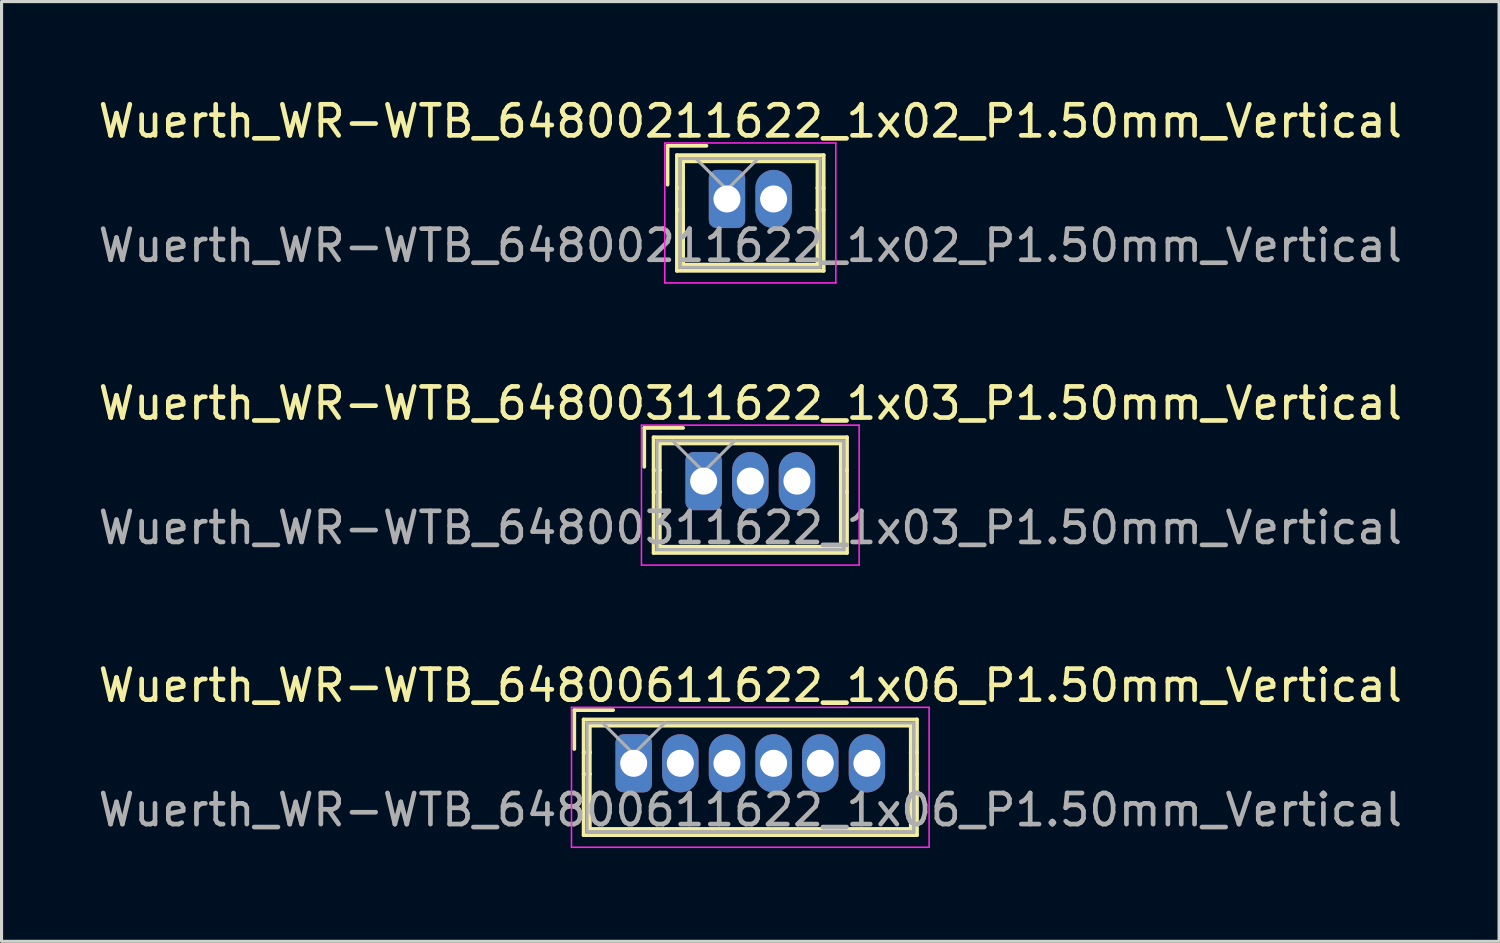
<source format=kicad_pcb>
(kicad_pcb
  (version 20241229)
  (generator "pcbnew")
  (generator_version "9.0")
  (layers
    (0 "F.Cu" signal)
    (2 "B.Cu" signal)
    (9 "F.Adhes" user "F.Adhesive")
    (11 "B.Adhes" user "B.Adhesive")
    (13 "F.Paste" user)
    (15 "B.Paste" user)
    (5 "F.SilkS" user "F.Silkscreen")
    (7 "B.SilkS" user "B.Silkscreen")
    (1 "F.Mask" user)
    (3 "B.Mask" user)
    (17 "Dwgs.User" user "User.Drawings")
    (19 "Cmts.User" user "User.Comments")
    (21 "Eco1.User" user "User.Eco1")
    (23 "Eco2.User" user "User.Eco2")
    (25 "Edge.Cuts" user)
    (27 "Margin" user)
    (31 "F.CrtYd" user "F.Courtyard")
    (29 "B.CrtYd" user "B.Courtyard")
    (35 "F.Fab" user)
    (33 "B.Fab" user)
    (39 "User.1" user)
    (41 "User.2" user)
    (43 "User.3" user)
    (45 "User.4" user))
  (footprint "Wuerth_WR-WTB_64800211622_1x02_P1.50mm_Vertical"
    (layer "F.Cu")
    (at 20.327 3.348)
    (property "Reference" "Wuerth_WR-WTB_64800211622_1x02_P1.50mm_Vertical" (at 0.75 -2.5 0) (layer "F.SilkS") (effects (font (size 1 1) (thickness 0.15))))
    (attr through_hole)
    (fp_line (start -1.91 -1.71) (end -1.91 -0.46) (stroke (width 0.12) (type solid)) (layer "F.SilkS"))
    (fp_line (start -1.61 -1.41) (end -1.61 2.31) (stroke (width 0.12) (type solid)) (layer "F.SilkS"))
    (fp_line (start -1.61 -0.35) (end -1.41 -0.35) (stroke (width 0.12) (type solid)) (layer "F.SilkS"))
    (fp_line (start -1.61 2.31) (end 3.11 2.31) (stroke (width 0.12) (type solid)) (layer "F.SilkS"))
    (fp_line (start -1.41 -1.21) (end 2.91 -1.21) (stroke (width 0.12) (type solid)) (layer "F.SilkS"))
    (fp_line (start -1.41 -0.35) (end -1.41 -1.21) (stroke (width 0.12) (type solid)) (layer "F.SilkS"))
    (fp_line (start -1.41 -0.35) (end -1.41 0.35) (stroke (width 0.12) (type solid)) (layer "F.SilkS"))
    (fp_line (start -1.41 0.35) (end -1.61 0.35) (stroke (width 0.12) (type solid)) (layer "F.SilkS"))
    (fp_line (start -1.41 0.35) (end -1.41 2.11) (stroke (width 0.12) (type solid)) (layer "F.SilkS"))
    (fp_line (start -1.41 2.11) (end 2.91 2.11) (stroke (width 0.12) (type solid)) (layer "F.SilkS"))
    (fp_line (start -0.66 -1.71) (end -1.91 -1.71) (stroke (width 0.12) (type solid)) (layer "F.SilkS"))
    (fp_line (start 2.91 -1.21) (end 2.91 -0.35) (stroke (width 0.12) (type solid)) (layer "F.SilkS"))
    (fp_line (start 2.91 -0.35) (end 2.91 0.35) (stroke (width 0.12) (type solid)) (layer "F.SilkS"))
    (fp_line (start 2.91 -0.35) (end 3.11 -0.35) (stroke (width 0.12) (type solid)) (layer "F.SilkS"))
    (fp_line (start 2.91 0.35) (end 3.11 0.35) (stroke (width 0.12) (type solid)) (layer "F.SilkS"))
    (fp_line (start 2.91 2.11) (end 2.91 0.35) (stroke (width 0.12) (type solid)) (layer "F.SilkS"))
    (fp_line (start 3.11 -1.41) (end -1.61 -1.41) (stroke (width 0.12) (type solid)) (layer "F.SilkS"))
    (fp_line (start 3.11 2.31) (end 3.11 -1.41) (stroke (width 0.12) (type solid)) (layer "F.SilkS"))
    (fp_line (start -2 -1.8) (end -2 2.7) (stroke (width 0.05) (type solid)) (layer "F.CrtYd"))
    (fp_line (start -2 2.7) (end 3.5 2.7) (stroke (width 0.05) (type solid)) (layer "F.CrtYd"))
    (fp_line (start 3.5 -1.8) (end -2 -1.8) (stroke (width 0.05) (type solid)) (layer "F.CrtYd"))
    (fp_line (start 3.5 2.7) (end 3.5 -1.8) (stroke (width 0.05) (type solid)) (layer "F.CrtYd"))
    (fp_line (start -1.5 -1.3) (end -1.5 2.2) (stroke (width 0.1) (type solid)) (layer "F.Fab"))
    (fp_line (start -1.5 2.2) (end 3 2.2) (stroke (width 0.1) (type solid)) (layer "F.Fab"))
    (fp_line (start -1 -1.3) (end 0 -0.3) (stroke (width 0.1) (type solid)) (layer "F.Fab"))
    (fp_line (start 0 -0.3) (end 1 -1.3) (stroke (width 0.1) (type solid)) (layer "F.Fab"))
    (fp_line (start 3 -1.3) (end -1.5 -1.3) (stroke (width 0.1) (type solid)) (layer "F.Fab"))
    (fp_line (start 3 2.2) (end 3 -1.3) (stroke (width 0.1) (type solid)) (layer "F.Fab"))
    (fp_text user "${REFERENCE}" (at 0.75 1.5 0) (layer "F.Fab") (effects (font (size 1 1) (thickness 0.15))))
    (pad "1" thru_hole roundrect (at 0 0) (size 1.17 1.87) (drill 0.87) (layers "*.Cu" "*.Mask") (roundrect_rratio 0.214))
    (pad "2" thru_hole oval (at 1.5 0) (size 1.17 1.87) (drill 0.87) (layers "*.Cu" "*.Mask")))
  (footprint "Wuerth_WR-WTB_64800611622_1x06_P1.50mm_Vertical"
    (layer "F.Cu")
    (at 17.327 21.495)
    (property "Reference" "Wuerth_WR-WTB_64800611622_1x06_P1.50mm_Vertical" (at 3.75 -2.5 0) (layer "F.SilkS") (effects (font (size 1 1) (thickness 0.15))))
    (attr through_hole)
    (fp_line (start -1.91 -1.71) (end -1.91 -0.46) (stroke (width 0.12) (type solid)) (layer "F.SilkS"))
    (fp_line (start -1.61 -1.41) (end -1.61 2.31) (stroke (width 0.12) (type solid)) (layer "F.SilkS"))
    (fp_line (start -1.61 -0.35) (end -1.41 -0.35) (stroke (width 0.12) (type solid)) (layer "F.SilkS"))
    (fp_line (start -1.61 2.31) (end 9.11 2.31) (stroke (width 0.12) (type solid)) (layer "F.SilkS"))
    (fp_line (start -1.41 -1.21) (end 8.91 -1.21) (stroke (width 0.12) (type solid)) (layer "F.SilkS"))
    (fp_line (start -1.41 -0.35) (end -1.41 -1.21) (stroke (width 0.12) (type solid)) (layer "F.SilkS"))
    (fp_line (start -1.41 -0.35) (end -1.41 0.35) (stroke (width 0.12) (type solid)) (layer "F.SilkS"))
    (fp_line (start -1.41 0.35) (end -1.61 0.35) (stroke (width 0.12) (type solid)) (layer "F.SilkS"))
    (fp_line (start -1.41 0.35) (end -1.41 2.11) (stroke (width 0.12) (type solid)) (layer "F.SilkS"))
    (fp_line (start -1.41 2.11) (end 8.91 2.11) (stroke (width 0.12) (type solid)) (layer "F.SilkS"))
    (fp_line (start -0.66 -1.71) (end -1.91 -1.71) (stroke (width 0.12) (type solid)) (layer "F.SilkS"))
    (fp_line (start 8.91 -1.21) (end 8.91 -0.35) (stroke (width 0.12) (type solid)) (layer "F.SilkS"))
    (fp_line (start 8.91 -0.35) (end 8.91 0.35) (stroke (width 0.12) (type solid)) (layer "F.SilkS"))
    (fp_line (start 8.91 -0.35) (end 9.11 -0.35) (stroke (width 0.12) (type solid)) (layer "F.SilkS"))
    (fp_line (start 8.91 0.35) (end 9.11 0.35) (stroke (width 0.12) (type solid)) (layer "F.SilkS"))
    (fp_line (start 8.91 2.11) (end 8.91 0.35) (stroke (width 0.12) (type solid)) (layer "F.SilkS"))
    (fp_line (start 9.11 -1.41) (end -1.61 -1.41) (stroke (width 0.12) (type solid)) (layer "F.SilkS"))
    (fp_line (start 9.11 2.31) (end 9.11 -1.41) (stroke (width 0.12) (type solid)) (layer "F.SilkS"))
    (fp_line (start -2 -1.8) (end -2 2.7) (stroke (width 0.05) (type solid)) (layer "F.CrtYd"))
    (fp_line (start -2 2.7) (end 9.5 2.7) (stroke (width 0.05) (type solid)) (layer "F.CrtYd"))
    (fp_line (start 9.5 -1.8) (end -2 -1.8) (stroke (width 0.05) (type solid)) (layer "F.CrtYd"))
    (fp_line (start 9.5 2.7) (end 9.5 -1.8) (stroke (width 0.05) (type solid)) (layer "F.CrtYd"))
    (fp_line (start -1.5 -1.3) (end -1.5 2.2) (stroke (width 0.1) (type solid)) (layer "F.Fab"))
    (fp_line (start -1.5 2.2) (end 9 2.2) (stroke (width 0.1) (type solid)) (layer "F.Fab"))
    (fp_line (start -1 -1.3) (end 0 -0.3) (stroke (width 0.1) (type solid)) (layer "F.Fab"))
    (fp_line (start 0 -0.3) (end 1 -1.3) (stroke (width 0.1) (type solid)) (layer "F.Fab"))
    (fp_line (start 9 -1.3) (end -1.5 -1.3) (stroke (width 0.1) (type solid)) (layer "F.Fab"))
    (fp_line (start 9 2.2) (end 9 -1.3) (stroke (width 0.1) (type solid)) (layer "F.Fab"))
    (fp_text user "${REFERENCE}" (at 3.75 1.5 0) (layer "F.Fab") (effects (font (size 1 1) (thickness 0.15))))
    (pad "1" thru_hole roundrect (at 0 0) (size 1.17 1.87) (drill 0.87) (layers "*.Cu" "*.Mask") (roundrect_rratio 0.214))
    (pad "2" thru_hole oval (at 1.5 0) (size 1.17 1.87) (drill 0.87) (layers "*.Cu" "*.Mask"))
    (pad "3" thru_hole oval (at 3 0) (size 1.17 1.87) (drill 0.87) (layers "*.Cu" "*.Mask"))
    (pad "4" thru_hole oval (at 4.5 0) (size 1.17 1.87) (drill 0.87) (layers "*.Cu" "*.Mask"))
    (pad "5" thru_hole oval (at 6 0) (size 1.17 1.87) (drill 0.87) (layers "*.Cu" "*.Mask"))
    (pad "6" thru_hole oval (at 7.5 0) (size 1.17 1.87) (drill 0.87) (layers "*.Cu" "*.Mask")))
  (footprint "Wuerth_WR-WTB_64800311622_1x03_P1.50mm_Vertical"
    (layer "F.Cu")
    (at 19.577 12.421)
    (property "Reference" "Wuerth_WR-WTB_64800311622_1x03_P1.50mm_Vertical" (at 1.5 -2.5 0) (layer "F.SilkS") (effects (font (size 1 1) (thickness 0.15))))
    (attr through_hole)
    (fp_line (start -1.91 -1.71) (end -1.91 -0.46) (stroke (width 0.12) (type solid)) (layer "F.SilkS"))
    (fp_line (start -1.61 -1.41) (end -1.61 2.31) (stroke (width 0.12) (type solid)) (layer "F.SilkS"))
    (fp_line (start -1.61 -0.35) (end -1.41 -0.35) (stroke (width 0.12) (type solid)) (layer "F.SilkS"))
    (fp_line (start -1.61 2.31) (end 4.61 2.31) (stroke (width 0.12) (type solid)) (layer "F.SilkS"))
    (fp_line (start -1.41 -1.21) (end 4.41 -1.21) (stroke (width 0.12) (type solid)) (layer "F.SilkS"))
    (fp_line (start -1.41 -0.35) (end -1.41 -1.21) (stroke (width 0.12) (type solid)) (layer "F.SilkS"))
    (fp_line (start -1.41 -0.35) (end -1.41 0.35) (stroke (width 0.12) (type solid)) (layer "F.SilkS"))
    (fp_line (start -1.41 0.35) (end -1.61 0.35) (stroke (width 0.12) (type solid)) (layer "F.SilkS"))
    (fp_line (start -1.41 0.35) (end -1.41 2.11) (stroke (width 0.12) (type solid)) (layer "F.SilkS"))
    (fp_line (start -1.41 2.11) (end 4.41 2.11) (stroke (width 0.12) (type solid)) (layer "F.SilkS"))
    (fp_line (start -0.66 -1.71) (end -1.91 -1.71) (stroke (width 0.12) (type solid)) (layer "F.SilkS"))
    (fp_line (start 4.41 -1.21) (end 4.41 -0.35) (stroke (width 0.12) (type solid)) (layer "F.SilkS"))
    (fp_line (start 4.41 -0.35) (end 4.41 0.35) (stroke (width 0.12) (type solid)) (layer "F.SilkS"))
    (fp_line (start 4.41 -0.35) (end 4.61 -0.35) (stroke (width 0.12) (type solid)) (layer "F.SilkS"))
    (fp_line (start 4.41 0.35) (end 4.61 0.35) (stroke (width 0.12) (type solid)) (layer "F.SilkS"))
    (fp_line (start 4.41 2.11) (end 4.41 0.35) (stroke (width 0.12) (type solid)) (layer "F.SilkS"))
    (fp_line (start 4.61 -1.41) (end -1.61 -1.41) (stroke (width 0.12) (type solid)) (layer "F.SilkS"))
    (fp_line (start 4.61 2.31) (end 4.61 -1.41) (stroke (width 0.12) (type solid)) (layer "F.SilkS"))
    (fp_line (start -2 -1.8) (end -2 2.7) (stroke (width 0.05) (type solid)) (layer "F.CrtYd"))
    (fp_line (start -2 2.7) (end 5 2.7) (stroke (width 0.05) (type solid)) (layer "F.CrtYd"))
    (fp_line (start 5 -1.8) (end -2 -1.8) (stroke (width 0.05) (type solid)) (layer "F.CrtYd"))
    (fp_line (start 5 2.7) (end 5 -1.8) (stroke (width 0.05) (type solid)) (layer "F.CrtYd"))
    (fp_line (start -1.5 -1.3) (end -1.5 2.2) (stroke (width 0.1) (type solid)) (layer "F.Fab"))
    (fp_line (start -1.5 2.2) (end 4.5 2.2) (stroke (width 0.1) (type solid)) (layer "F.Fab"))
    (fp_line (start -1 -1.3) (end 0 -0.3) (stroke (width 0.1) (type solid)) (layer "F.Fab"))
    (fp_line (start 0 -0.3) (end 1 -1.3) (stroke (width 0.1) (type solid)) (layer "F.Fab"))
    (fp_line (start 4.5 -1.3) (end -1.5 -1.3) (stroke (width 0.1) (type solid)) (layer "F.Fab"))
    (fp_line (start 4.5 2.2) (end 4.5 -1.3) (stroke (width 0.1) (type solid)) (layer "F.Fab"))
    (fp_text user "${REFERENCE}" (at 1.5 1.5 0) (layer "F.Fab") (effects (font (size 1 1) (thickness 0.15))))
    (pad "1" thru_hole roundrect (at 0 0) (size 1.17 1.87) (drill 0.87) (layers "*.Cu" "*.Mask") (roundrect_rratio 0.214))
    (pad "2" thru_hole oval (at 1.5 0) (size 1.17 1.87) (drill 0.87) (layers "*.Cu" "*.Mask"))
    (pad "3" thru_hole oval (at 3 0) (size 1.17 1.87) (drill 0.87) (layers "*.Cu" "*.Mask")))
  (gr_rect
    (start -3 -3)
    (end 45.155 27.22)
    (stroke (width 0.1) (type default))
    (fill no)
    (layer "Edge.Cuts")))
</source>
